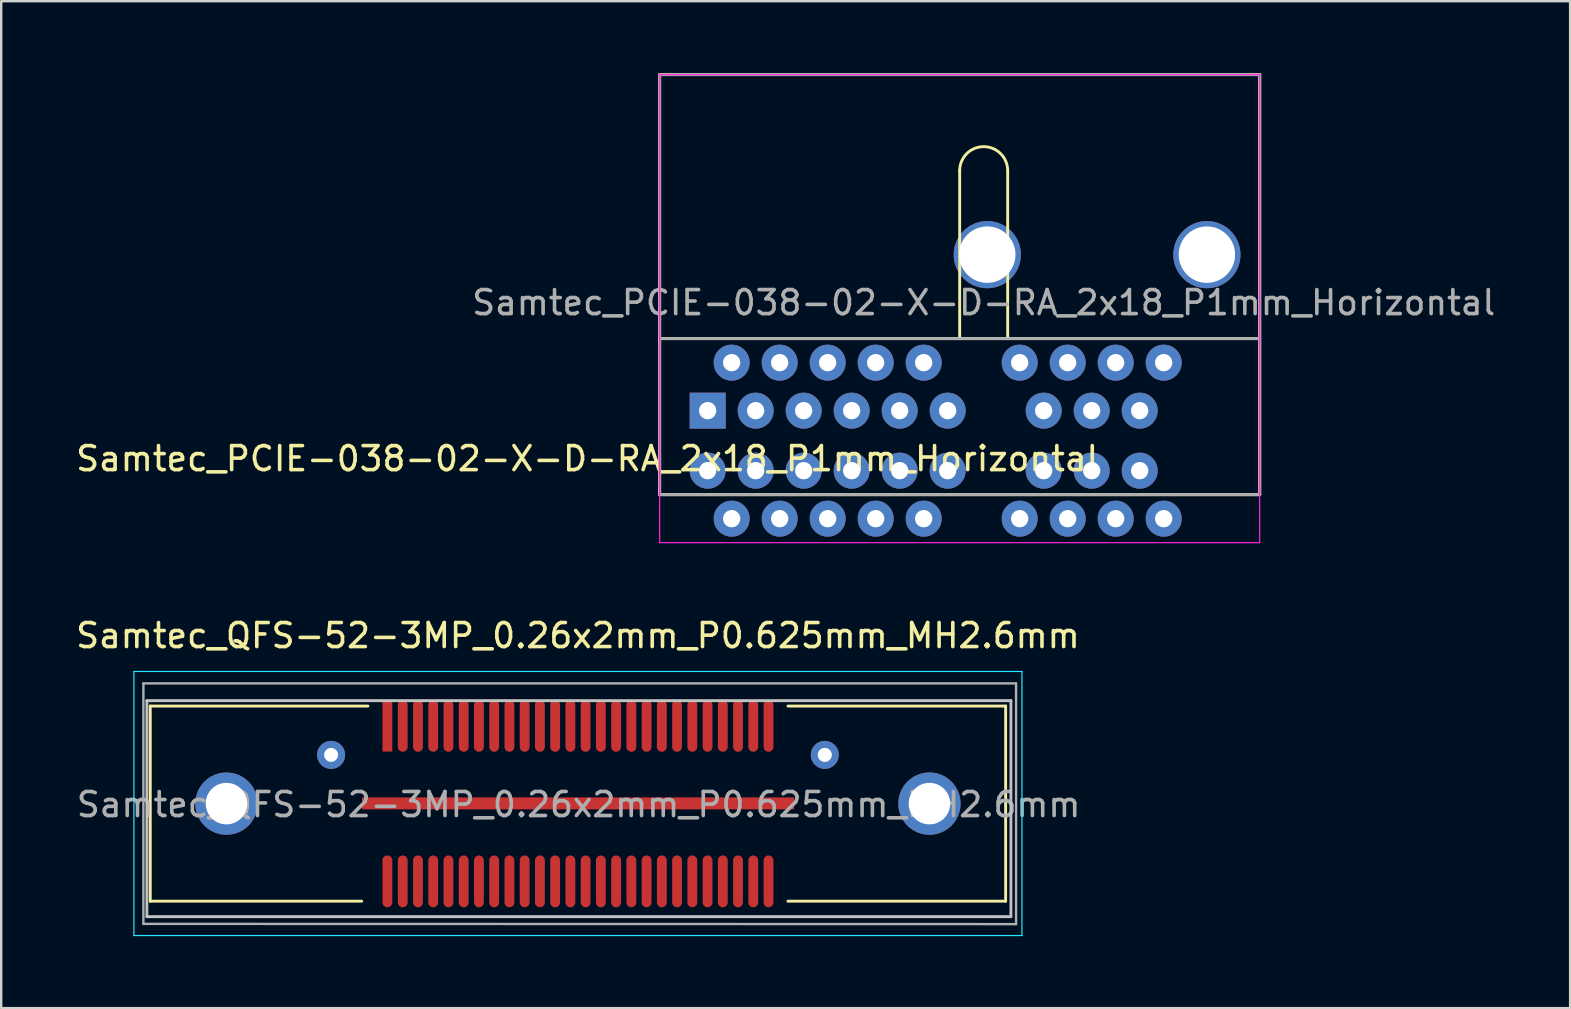
<source format=kicad_pcb>
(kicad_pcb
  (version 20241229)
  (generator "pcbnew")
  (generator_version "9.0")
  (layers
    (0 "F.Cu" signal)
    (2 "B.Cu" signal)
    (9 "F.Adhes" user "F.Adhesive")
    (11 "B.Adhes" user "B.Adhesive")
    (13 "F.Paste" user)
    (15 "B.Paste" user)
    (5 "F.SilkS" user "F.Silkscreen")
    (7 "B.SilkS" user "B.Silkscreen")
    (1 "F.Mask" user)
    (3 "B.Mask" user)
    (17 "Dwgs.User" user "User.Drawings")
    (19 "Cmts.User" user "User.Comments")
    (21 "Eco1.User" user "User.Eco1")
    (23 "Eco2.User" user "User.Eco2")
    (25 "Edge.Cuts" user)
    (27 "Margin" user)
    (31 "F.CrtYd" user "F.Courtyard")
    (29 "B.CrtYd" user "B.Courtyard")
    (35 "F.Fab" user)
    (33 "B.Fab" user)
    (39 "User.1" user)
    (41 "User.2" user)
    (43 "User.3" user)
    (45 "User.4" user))
  (footprint "Samtec_QFS-52-3MP_0.26x2mm_P0.625mm_MH2.6mm"
    (layer "F.Cu")
    (at 21.03 30.428)
    (property "Reference" "Samtec_QFS-52-3MP_0.26x2mm_P0.625mm_MH2.6mm" (at 0 -6.995 0) (layer "F.SilkS") (effects (font (size 1 1) (thickness 0.15))))
    (attr smd)
    (fp_line (start -17.82 -4.06) (end -8.75 -4.06) (stroke (width 0.12) (type solid)) (layer "F.SilkS"))
    (fp_line (start -17.82 4.07) (end -17.82 -4.06) (stroke (width 0.12) (type solid)) (layer "F.SilkS"))
    (fp_line (start -17.82 4.07) (end -9.01 4.07) (stroke (width 0.12) (type solid)) (layer "F.SilkS"))
    (fp_line (start 8.75 -4.06) (end 17.82 -4.06) (stroke (width 0.12) (type solid)) (layer "F.SilkS"))
    (fp_line (start 8.75 4.07) (end 17.82 4.07) (stroke (width 0.12) (type solid)) (layer "F.SilkS"))
    (fp_line (start 17.82 4.07) (end 17.82 -4.06) (stroke (width 0.12) (type solid)) (layer "F.SilkS"))
    (fp_line (start -17.96 -4.285) (end -17.96 4.715) (stroke (width 0.12) (type solid)) (layer "Dwgs.User"))
    (fp_line (start -17.96 4.715) (end 18.04 4.715) (stroke (width 0.12) (type solid)) (layer "Dwgs.User"))
    (fp_line (start 18.04 -4.285) (end -17.96 -4.285) (stroke (width 0.12) (type solid)) (layer "Dwgs.User"))
    (fp_line (start 18.04 4.715) (end 18.04 -4.285) (stroke (width 0.12) (type solid)) (layer "Dwgs.User"))
    (fp_line (start -18.5 -5.5) (end 18.5 -5.5) (stroke (width 0.05) (type solid)) (layer "B.CrtYd"))
    (fp_line (start -18.5 5.5) (end -18.5 -5.5) (stroke (width 0.05) (type solid)) (layer "B.CrtYd"))
    (fp_line (start 18.5 -5.5) (end 18.5 5.5) (stroke (width 0.05) (type solid)) (layer "B.CrtYd"))
    (fp_line (start 18.5 5.5) (end -18.5 5.5) (stroke (width 0.05) (type solid)) (layer "B.CrtYd"))
    (fp_line (start -18.105 -5.005) (end -18.105 5.015) (stroke (width 0.1) (type solid)) (layer "F.Fab"))
    (fp_line (start -18.105 5.015) (end 18.255 5.025) (stroke (width 0.1) (type solid)) (layer "F.Fab"))
    (fp_line (start 18.255 -5.005) (end -18.105 -5.005) (stroke (width 0.1) (type solid)) (layer "F.Fab"))
    (fp_line (start 18.255 5.025) (end 18.255 -5.005) (stroke (width 0.1) (type solid)) (layer "F.Fab"))
    (fp_text user "${REFERENCE}" (at 0.03 0.045 0) (layer "F.Fab") (effects (font (size 1 1) (thickness 0.15))))
    (pad "1" smd rect (at -7.94 -3.245) (size 0.41 2.16) (layers "F.Cu" "F.Mask" "F.Paste"))
    (pad "2" smd oval (at -7.94 3.245) (size 0.41 2.16) (layers "F.Cu" "F.Mask" "F.Paste"))
    (pad "3" smd oval (at -7.3 -3.235) (size 0.41 2.16) (layers "F.Cu" "F.Mask" "F.Paste"))
    (pad "4" smd oval (at -7.3 3.245) (size 0.41 2.16) (layers "F.Cu" "F.Mask" "F.Paste"))
    (pad "5" smd oval (at -6.665 -3.235) (size 0.41 2.16) (layers "F.Cu" "F.Mask" "F.Paste"))
    (pad "6" smd oval (at -6.665 3.245) (size 0.41 2.16) (layers "F.Cu" "F.Mask" "F.Paste"))
    (pad "7" smd oval (at -6.03 -3.235) (size 0.41 2.16) (layers "F.Cu" "F.Mask" "F.Paste"))
    (pad "8" smd oval (at -6.03 3.245) (size 0.41 2.16) (layers "F.Cu" "F.Mask" "F.Paste"))
    (pad "9" smd oval (at -5.395 -3.235) (size 0.41 2.16) (layers "F.Cu" "F.Mask" "F.Paste"))
    (pad "10" smd oval (at -5.395 3.245) (size 0.41 2.16) (layers "F.Cu" "F.Mask" "F.Paste"))
    (pad "11" smd oval (at -4.76 -3.235) (size 0.41 2.16) (layers "F.Cu" "F.Mask" "F.Paste"))
    (pad "12" smd oval (at -4.76 3.245) (size 0.41 2.16) (layers "F.Cu" "F.Mask" "F.Paste"))
    (pad "13" smd oval (at -4.125 -3.235) (size 0.41 2.16) (layers "F.Cu" "F.Mask" "F.Paste"))
    (pad "14" smd oval (at -4.125 3.245) (size 0.41 2.16) (layers "F.Cu" "F.Mask" "F.Paste"))
    (pad "15" smd oval (at -3.49 -3.235) (size 0.41 2.16) (layers "F.Cu" "F.Mask" "F.Paste"))
    (pad "16" smd oval (at -3.49 3.245) (size 0.41 2.16) (layers "F.Cu" "F.Mask" "F.Paste"))
    (pad "17" smd oval (at -2.855 -3.235) (size 0.41 2.16) (layers "F.Cu" "F.Mask" "F.Paste"))
    (pad "18" smd oval (at -2.855 3.245) (size 0.41 2.16) (layers "F.Cu" "F.Mask" "F.Paste"))
    (pad "19" smd oval (at -2.22 -3.235) (size 0.41 2.16) (layers "F.Cu" "F.Mask" "F.Paste"))
    (pad "20" smd oval (at -2.22 3.245) (size 0.41 2.16) (layers "F.Cu" "F.Mask" "F.Paste"))
    (pad "21" smd oval (at -1.585 -3.235) (size 0.41 2.16) (layers "F.Cu" "F.Mask" "F.Paste"))
    (pad "22" smd oval (at -1.585 3.245) (size 0.41 2.16) (layers "F.Cu" "F.Mask" "F.Paste"))
    (pad "23" smd oval (at -0.95 -3.235) (size 0.41 2.16) (layers "F.Cu" "F.Mask" "F.Paste"))
    (pad "24" smd oval (at -0.95 3.245) (size 0.41 2.16) (layers "F.Cu" "F.Mask" "F.Paste"))
    (pad "25" smd oval (at -0.315 -3.235) (size 0.41 2.16) (layers "F.Cu" "F.Mask" "F.Paste"))
    (pad "26" smd oval (at -0.315 3.245) (size 0.41 2.16) (layers "F.Cu" "F.Mask" "F.Paste"))
    (pad "27" smd oval (at 0.32 -3.235) (size 0.41 2.16) (layers "F.Cu" "F.Mask" "F.Paste"))
    (pad "28" smd oval (at 0.32 3.245) (size 0.41 2.16) (layers "F.Cu" "F.Mask" "F.Paste"))
    (pad "29" smd oval (at 0.955 -3.235) (size 0.41 2.16) (layers "F.Cu" "F.Mask" "F.Paste"))
    (pad "30" smd oval (at 0.955 3.245) (size 0.41 2.16) (layers "F.Cu" "F.Mask" "F.Paste"))
    (pad "31" smd oval (at 1.59 -3.235) (size 0.41 2.16) (layers "F.Cu" "F.Mask" "F.Paste"))
    (pad "32" smd oval (at 1.59 3.245) (size 0.41 2.16) (layers "F.Cu" "F.Mask" "F.Paste"))
    (pad "33" smd oval (at 2.225 -3.235) (size 0.41 2.16) (layers "F.Cu" "F.Mask" "F.Paste"))
    (pad "34" smd oval (at 2.225 3.245) (size 0.41 2.16) (layers "F.Cu" "F.Mask" "F.Paste"))
    (pad "35" smd oval (at 2.86 -3.235) (size 0.41 2.16) (layers "F.Cu" "F.Mask" "F.Paste"))
    (pad "36" smd oval (at 2.86 3.245) (size 0.41 2.16) (layers "F.Cu" "F.Mask" "F.Paste"))
    (pad "37" smd oval (at 3.495 -3.235) (size 0.41 2.16) (layers "F.Cu" "F.Mask" "F.Paste"))
    (pad "38" smd oval (at 3.495 3.245) (size 0.41 2.16) (layers "F.Cu" "F.Mask" "F.Paste"))
    (pad "39" smd oval (at 4.13 -3.235) (size 0.41 2.16) (layers "F.Cu" "F.Mask" "F.Paste"))
    (pad "40" smd oval (at 4.13 3.245) (size 0.41 2.16) (layers "F.Cu" "F.Mask" "F.Paste"))
    (pad "41" smd oval (at 4.765 -3.235) (size 0.41 2.16) (layers "F.Cu" "F.Mask" "F.Paste"))
    (pad "42" smd oval (at 4.765 3.245) (size 0.41 2.16) (layers "F.Cu" "F.Mask" "F.Paste"))
    (pad "43" smd oval (at 5.4 -3.235) (size 0.41 2.16) (layers "F.Cu" "F.Mask" "F.Paste"))
    (pad "44" smd oval (at 5.4 3.245) (size 0.41 2.16) (layers "F.Cu" "F.Mask" "F.Paste"))
    (pad "45" smd oval (at 6.035 -3.235) (size 0.41 2.16) (layers "F.Cu" "F.Mask" "F.Paste"))
    (pad "46" smd oval (at 6.035 3.245) (size 0.41 2.16) (layers "F.Cu" "F.Mask" "F.Paste"))
    (pad "47" smd oval (at 6.67 -3.235) (size 0.41 2.16) (layers "F.Cu" "F.Mask" "F.Paste"))
    (pad "48" smd oval (at 6.67 3.245) (size 0.41 2.16) (layers "F.Cu" "F.Mask" "F.Paste"))
    (pad "49" smd oval (at 7.305 -3.235) (size 0.41 2.16) (layers "F.Cu" "F.Mask" "F.Paste"))
    (pad "50" smd oval (at 7.305 3.245) (size 0.41 2.16) (layers "F.Cu" "F.Mask" "F.Paste"))
    (pad "51" smd oval (at 7.94 -3.235) (size 0.41 2.16) (layers "F.Cu" "F.Mask" "F.Paste"))
    (pad "52" smd oval (at 7.94 3.245) (size 0.41 2.16) (layers "F.Cu" "F.Mask" "F.Paste"))
    (pad "MH1" thru_hole circle (at -14.645 0.005 90) (size 2.595 2.595) (drill 1.73) (layers "*.Cu" "*.Mask"))
    (pad "MH2" thru_hole circle (at 14.645 0.005 90) (size 2.595 2.595) (drill 1.73) (layers "*.Cu" "*.Mask"))
    (pad "MH3" thru_hole circle (at -10.285 -2.025 90) (size 1.17 1.17) (drill 0.58) (layers "*.Cu" "*.Mask"))
    (pad "MH4" thru_hole circle (at 10.285 -2.025 90) (size 1.17 1.17) (drill 0.585) (layers "*.Cu" "*.Mask"))
    (pad "MP1" smd rect (at 0.005 -0.005 90) (size 0.5 18) (layers "F.Cu" "F.Mask" "F.Paste")))
  (footprint "Samtec_PCIE-038-02-X-D-RA_2x18_P1mm_Horizontal"
    (layer "F.Cu")
    (at 26.435 14.06)
    (property "Reference" "Samtec_PCIE-038-02-X-D-RA_2x18_P1mm_Horizontal" (at -5 2 0) (layer "F.SilkS") (effects (font (size 1 1) (thickness 0.15))))
    (attr through_hole)
    (fp_line (start -2 -14) (end -2 3.5) (stroke (width 0.12) (type solid)) (layer "F.SilkS"))
    (fp_line (start 10.5 -3) (end 10.5 -10) (stroke (width 0.12) (type solid)) (layer "F.SilkS"))
    (fp_line (start 12.5 -10) (end 12.5 -3) (stroke (width 0.12) (type solid)) (layer "F.SilkS"))
    (fp_line (start 23 -14) (end -2 -14) (stroke (width 0.12) (type solid)) (layer "F.SilkS"))
    (fp_line (start 23 -3) (end -2 -3) (stroke (width 0.12) (type solid)) (layer "F.SilkS"))
    (fp_line (start 23 3.5) (end -2 3.5) (stroke (width 0.12) (type solid)) (layer "F.SilkS"))
    (fp_line (start 23 3.5) (end 23 -14) (stroke (width 0.12) (type solid)) (layer "F.SilkS"))
    (fp_arc (start 10.5 -10) (mid 11.5 -11) (end 12.5 -10) (stroke (width 0.12) (type solid)) (layer "F.SilkS"))
    (fp_line (start -2 -14) (end 23 -14) (stroke (width 0.05) (type solid)) (layer "F.CrtYd"))
    (fp_line (start -2 5.5) (end -2 -14) (stroke (width 0.05) (type solid)) (layer "F.CrtYd"))
    (fp_line (start 23 5.5) (end -2 5.5) (stroke (width 0.05) (type solid)) (layer "F.CrtYd"))
    (fp_line (start 23 5.5) (end 23 -14) (stroke (width 0.05) (type solid)) (layer "F.CrtYd"))
    (fp_line (start -2 -14) (end -2 3.5) (stroke (width 0.12) (type solid)) (layer "F.Fab"))
    (fp_line (start -2 -3) (end 23 -3) (stroke (width 0.12) (type solid)) (layer "F.Fab"))
    (fp_line (start -2 3.5) (end 23 3.5) (stroke (width 0.12) (type solid)) (layer "F.Fab"))
    (fp_line (start 23 -14) (end -2 -14) (stroke (width 0.12) (type solid)) (layer "F.Fab"))
    (fp_line (start 23 3.5) (end 23 -14) (stroke (width 0.12) (type solid)) (layer "F.Fab"))
    (fp_line (start 23 3.5) (end 23 -14) (stroke (width 0.12) (type solid)) (layer "F.Fab"))
    (fp_text user "${REFERENCE}" (at 11.5 -4.5 0) (layer "F.Fab") (effects (font (size 1 1) (thickness 0.15))))
    (pad "" np_thru_hole circle (at 11.65 -6.5 180) (size 2.8 2.8) (drill 2.35) (layers "*.Cu" "*.Mask"))
    (pad "" np_thru_hole circle (at 20.8 -6.5 180) (size 2.8 2.8) (drill 2.35) (layers "*.Cu" "*.Mask"))
    (pad "A1" thru_hole rect (at 0 0) (size 1.5 1.5) (drill 0.72) (layers "*.Cu" "*.Mask"))
    (pad "A2" thru_hole circle (at 1 -2) (size 1.5 1.5) (drill 0.72) (layers "*.Cu" "*.Mask"))
    (pad "A3" thru_hole circle (at 2 0) (size 1.5 1.5) (drill 0.72) (layers "*.Cu" "*.Mask"))
    (pad "A4" thru_hole circle (at 3 -2) (size 1.5 1.5) (drill 0.72) (layers "*.Cu" "*.Mask"))
    (pad "A5" thru_hole circle (at 4 0) (size 1.5 1.5) (drill 0.72) (layers "*.Cu" "*.Mask"))
    (pad "A6" thru_hole circle (at 5 -2) (size 1.5 1.5) (drill 0.72) (layers "*.Cu" "*.Mask"))
    (pad "A7" thru_hole circle (at 6 0) (size 1.5 1.5) (drill 0.72) (layers "*.Cu" "*.Mask"))
    (pad "A8" thru_hole circle (at 7 -2) (size 1.5 1.5) (drill 0.72) (layers "*.Cu" "*.Mask"))
    (pad "A9" thru_hole circle (at 8 0) (size 1.5 1.5) (drill 0.72) (layers "*.Cu" "*.Mask"))
    (pad "A10" thru_hole circle (at 9 -2) (size 1.5 1.5) (drill 0.72) (layers "*.Cu" "*.Mask"))
    (pad "A11" thru_hole circle (at 10 0) (size 1.5 1.5) (drill 0.72) (layers "*.Cu" "*.Mask"))
    (pad "A12" thru_hole circle (at 13 -2) (size 1.5 1.5) (drill 0.72) (layers "*.Cu" "*.Mask"))
    (pad "A13" thru_hole circle (at 14 0) (size 1.5 1.5) (drill 0.72) (layers "*.Cu" "*.Mask"))
    (pad "A14" thru_hole circle (at 15 -2) (size 1.5 1.5) (drill 0.72) (layers "*.Cu" "*.Mask"))
    (pad "A15" thru_hole circle (at 16 0) (size 1.5 1.5) (drill 0.72) (layers "*.Cu" "*.Mask"))
    (pad "A16" thru_hole circle (at 17 -2) (size 1.5 1.5) (drill 0.72) (layers "*.Cu" "*.Mask"))
    (pad "A17" thru_hole circle (at 18 0) (size 1.5 1.5) (drill 0.72) (layers "*.Cu" "*.Mask"))
    (pad "A18" thru_hole circle (at 19 -2) (size 1.5 1.5) (drill 0.72) (layers "*.Cu" "*.Mask"))
    (pad "B1" thru_hole circle (at 0 2.5 180) (size 1.5 1.5) (drill 0.72) (layers "*.Cu" "*.Mask"))
    (pad "B2" thru_hole circle (at 1 4.5 180) (size 1.5 1.5) (drill 0.72) (layers "*.Cu" "*.Mask"))
    (pad "B3" thru_hole circle (at 2 2.5 180) (size 1.5 1.5) (drill 0.72) (layers "*.Cu" "*.Mask"))
    (pad "B4" thru_hole circle (at 3 4.5 180) (size 1.5 1.5) (drill 0.72) (layers "*.Cu" "*.Mask"))
    (pad "B5" thru_hole circle (at 4 2.5 180) (size 1.5 1.5) (drill 0.72) (layers "*.Cu" "*.Mask"))
    (pad "B6" thru_hole circle (at 5 4.5 180) (size 1.5 1.5) (drill 0.72) (layers "*.Cu" "*.Mask"))
    (pad "B7" thru_hole circle (at 6 2.5 180) (size 1.5 1.5) (drill 0.72) (layers "*.Cu" "*.Mask"))
    (pad "B8" thru_hole circle (at 7 4.5 180) (size 1.5 1.5) (drill 0.72) (layers "*.Cu" "*.Mask"))
    (pad "B9" thru_hole circle (at 8 2.5 180) (size 1.5 1.5) (drill 0.72) (layers "*.Cu" "*.Mask"))
    (pad "B10" thru_hole circle (at 9 4.5 180) (size 1.5 1.5) (drill 0.72) (layers "*.Cu" "*.Mask"))
    (pad "B11" thru_hole circle (at 10 2.5 180) (size 1.5 1.5) (drill 0.72) (layers "*.Cu" "*.Mask"))
    (pad "B12" thru_hole circle (at 13 4.5 180) (size 1.5 1.5) (drill 0.72) (layers "*.Cu" "*.Mask"))
    (pad "B13" thru_hole circle (at 14 2.5 180) (size 1.5 1.5) (drill 0.72) (layers "*.Cu" "*.Mask"))
    (pad "B14" thru_hole circle (at 15 4.5 180) (size 1.5 1.5) (drill 0.72) (layers "*.Cu" "*.Mask"))
    (pad "B15" thru_hole circle (at 16 2.5 180) (size 1.5 1.5) (drill 0.72) (layers "*.Cu" "*.Mask"))
    (pad "B16" thru_hole circle (at 17 4.5 180) (size 1.5 1.5) (drill 0.72) (layers "*.Cu" "*.Mask"))
    (pad "B17" thru_hole circle (at 18 2.5 180) (size 1.5 1.5) (drill 0.72) (layers "*.Cu" "*.Mask"))
    (pad "B18" thru_hole circle (at 19 4.5 180) (size 1.5 1.5) (drill 0.72) (layers "*.Cu" "*.Mask")))
  (gr_rect
    (start -3 -3)
    (end 62.369 38.953)
    (stroke (width 0.1) (type default))
    (fill no)
    (layer "Edge.Cuts")))
</source>
